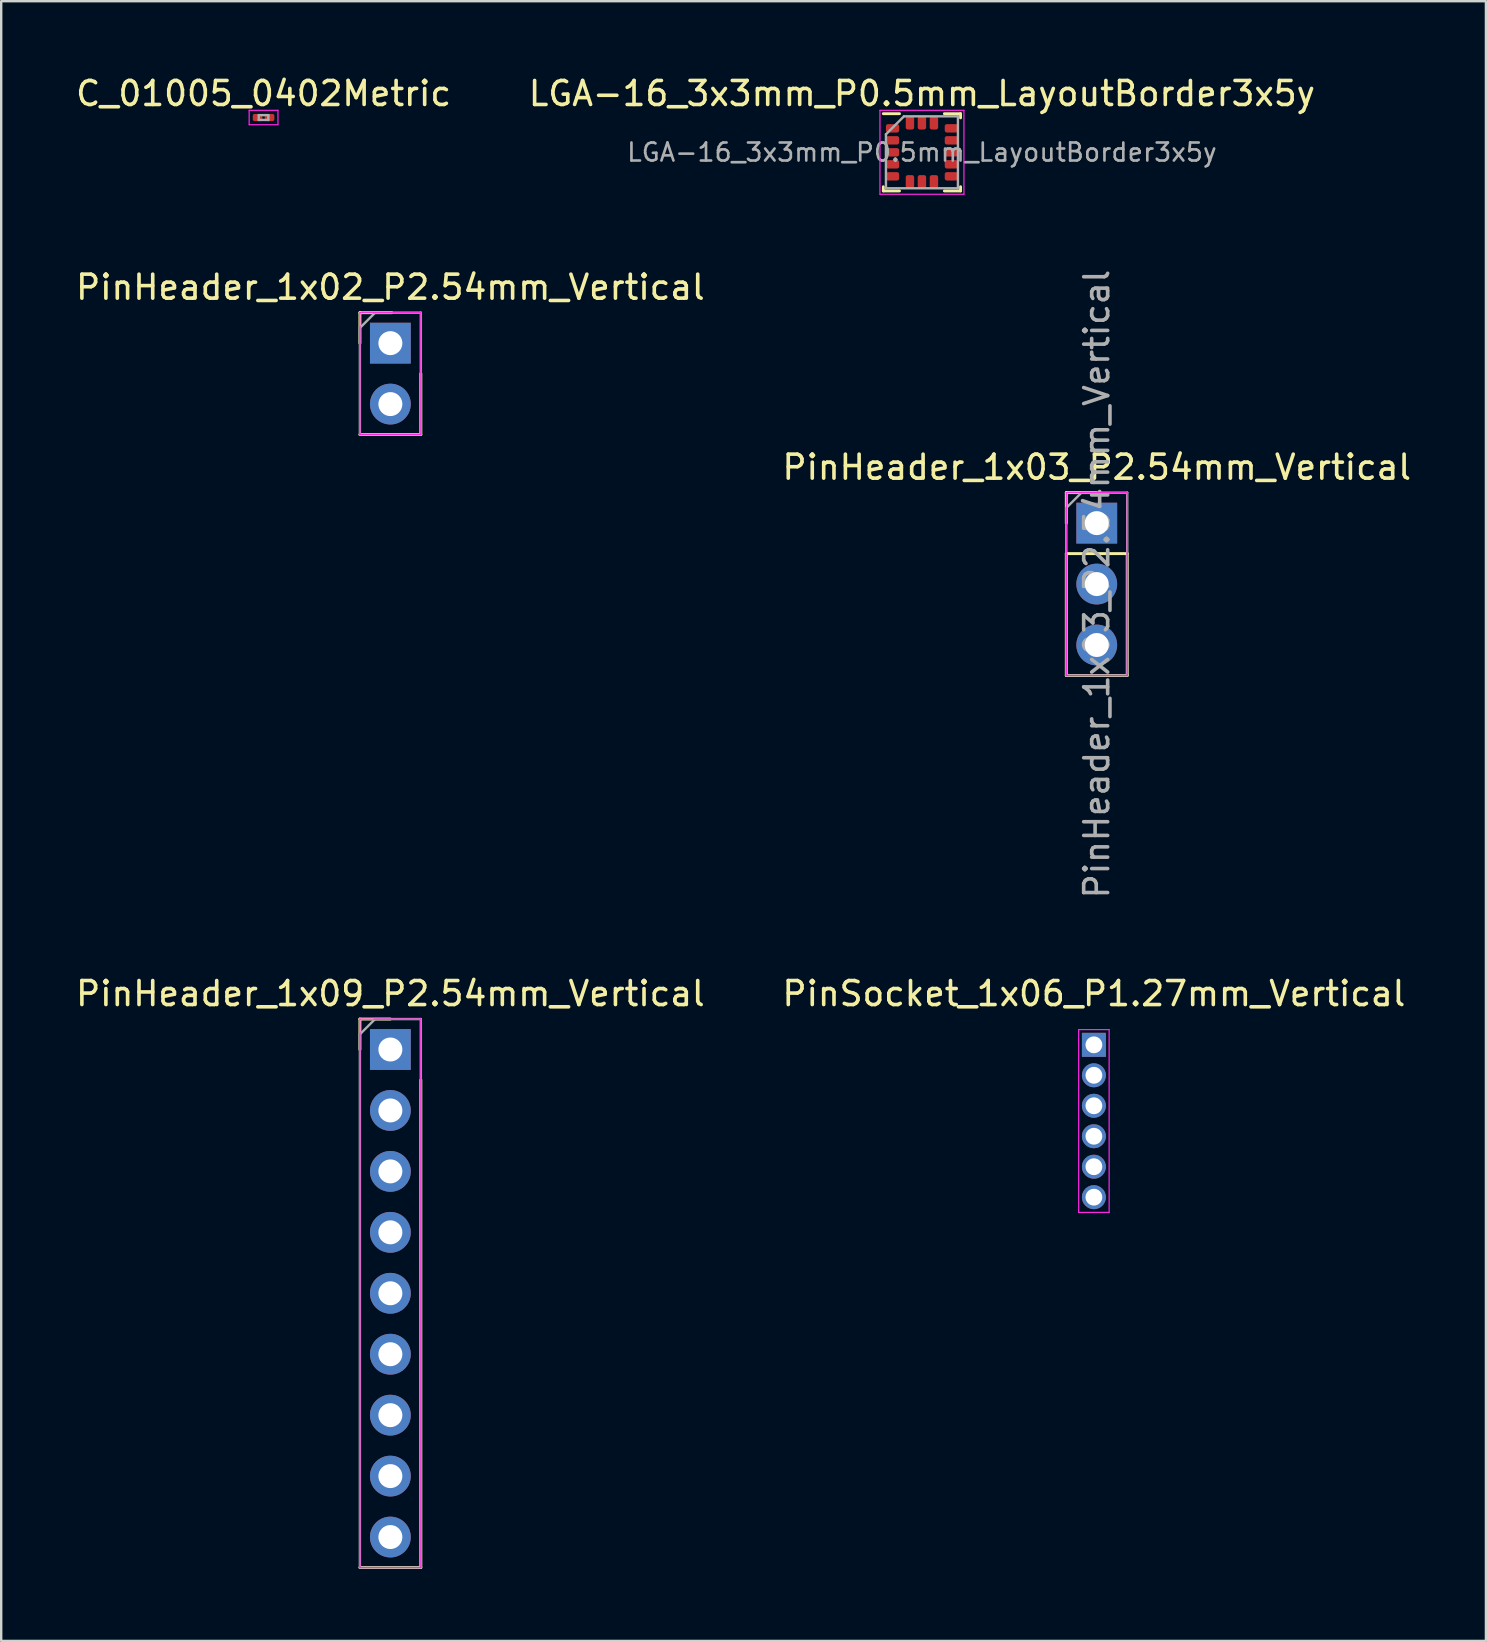
<source format=kicad_pcb>
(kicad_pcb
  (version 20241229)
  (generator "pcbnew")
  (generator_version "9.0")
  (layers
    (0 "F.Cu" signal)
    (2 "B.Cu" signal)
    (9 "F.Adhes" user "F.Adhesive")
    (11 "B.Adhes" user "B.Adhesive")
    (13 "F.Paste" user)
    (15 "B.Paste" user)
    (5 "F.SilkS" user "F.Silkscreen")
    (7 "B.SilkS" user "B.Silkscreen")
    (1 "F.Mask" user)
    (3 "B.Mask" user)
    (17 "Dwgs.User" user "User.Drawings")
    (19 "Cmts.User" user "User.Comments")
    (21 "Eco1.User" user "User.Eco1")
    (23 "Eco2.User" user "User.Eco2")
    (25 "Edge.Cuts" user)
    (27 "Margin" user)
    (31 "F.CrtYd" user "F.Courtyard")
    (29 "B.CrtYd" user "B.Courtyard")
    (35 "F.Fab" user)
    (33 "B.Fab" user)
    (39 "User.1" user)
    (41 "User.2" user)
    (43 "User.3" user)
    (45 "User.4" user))
  (footprint "PinHeader_1x03_P2.54mm_Vertical"
    (layer "F.Cu")
    (at 42.661 18.753)
    (property "Reference" "PinHeader_1x03_P2.54mm_Vertical" (at 0 -2.33 0) (layer "F.SilkS") (effects (font (size 1 1) (thickness 0.15))))
    (attr through_hole)
    (fp_line (start -1.27 -1.27) (end 0 -1.27) (stroke (width 0.12) (type solid)) (layer "F.SilkS"))
    (fp_line (start -1.27 0) (end -1.27 -1.27) (stroke (width 0.12) (type solid)) (layer "F.SilkS"))
    (fp_line (start -1.27 1.27) (end -1.27 6.35) (stroke (width 0.12) (type solid)) (layer "F.SilkS"))
    (fp_line (start -1.27 1.27) (end 1.27 1.27) (stroke (width 0.12) (type solid)) (layer "F.SilkS"))
    (fp_line (start -1.27 6.35) (end 1.27 6.35) (stroke (width 0.12) (type solid)) (layer "F.SilkS"))
    (fp_line (start 1.27 1.27) (end 1.27 6.35) (stroke (width 0.12) (type solid)) (layer "F.SilkS"))
    (fp_line (start -1.27 -1.27) (end -1.27 6.35) (stroke (width 0.05) (type solid)) (layer "F.CrtYd"))
    (fp_line (start -1.27 6.35) (end 1.27 6.35) (stroke (width 0.05) (type solid)) (layer "F.CrtYd"))
    (fp_line (start 1.27 -1.27) (end -1.27 -1.27) (stroke (width 0.05) (type solid)) (layer "F.CrtYd"))
    (fp_line (start 1.27 6.35) (end 1.27 -1.27) (stroke (width 0.05) (type solid)) (layer "F.CrtYd"))
    (fp_line (start -1.27 -0.635) (end -0.635 -1.27) (stroke (width 0.1) (type solid)) (layer "F.Fab"))
    (fp_line (start -1.27 6.35) (end -1.27 -0.635) (stroke (width 0.1) (type solid)) (layer "F.Fab"))
    (fp_line (start -0.635 -1.27) (end 1.27 -1.27) (stroke (width 0.1) (type solid)) (layer "F.Fab"))
    (fp_line (start 1.27 -1.27) (end 1.27 6.35) (stroke (width 0.1) (type solid)) (layer "F.Fab"))
    (fp_line (start 1.27 6.35) (end -1.27 6.35) (stroke (width 0.1) (type solid)) (layer "F.Fab"))
    (fp_text user "${REFERENCE}" (at 0 2.54 270) (layer "F.Fab") (effects (font (size 1 1) (thickness 0.15))))
    (pad "1" thru_hole rect (at 0 0) (size 1.7 1.7) (drill 1) (layers "*.Cu" "*.Mask"))
    (pad "2" thru_hole oval (at 0 2.54) (size 1.7 1.7) (drill 1) (layers "*.Cu" "*.Mask"))
    (pad "3" thru_hole oval (at 0 5.08) (size 1.7 1.7) (drill 1) (layers "*.Cu" "*.Mask")))
  (footprint "PinHeader_1x09_P2.54mm_Vertical"
    (layer "F.Cu")
    (at 13.22 40.692)
    (property "Reference" "PinHeader_1x09_P2.54mm_Vertical" (at 0 -2.33 180) (layer "F.SilkS") (effects (font (size 1 1) (thickness 0.15))))
    (attr through_hole)
    (fp_line (start -1.27 -1.27) (end 0 -1.27) (stroke (width 0.12) (type solid)) (layer "F.SilkS"))
    (fp_line (start -1.27 0) (end -1.27 -1.27) (stroke (width 0.12) (type solid)) (layer "F.SilkS"))
    (fp_line (start -1.27 21.59) (end 1.27 21.59) (stroke (width 0.12) (type solid)) (layer "F.SilkS"))
    (fp_line (start 1.27 1.27) (end 1.27 21.59) (stroke (width 0.12) (type solid)) (layer "F.SilkS"))
    (fp_line (start -1.27 -1.27) (end -1.27 21.59) (stroke (width 0.05) (type solid)) (layer "F.CrtYd"))
    (fp_line (start -1.27 21.59) (end 1.27 21.59) (stroke (width 0.05) (type solid)) (layer "F.CrtYd"))
    (fp_line (start 1.27 -1.27) (end -1.27 -1.27) (stroke (width 0.05) (type solid)) (layer "F.CrtYd"))
    (fp_line (start 1.27 21.59) (end 1.27 -1.27) (stroke (width 0.05) (type solid)) (layer "F.CrtYd"))
    (fp_line (start -1.27 -0.635) (end -0.635 -1.27) (stroke (width 0.1) (type solid)) (layer "F.Fab"))
    (fp_line (start -1.27 21.59) (end -1.27 -0.635) (stroke (width 0.1) (type solid)) (layer "F.Fab"))
    (fp_line (start -0.635 -1.27) (end 1.27 -1.27) (stroke (width 0.1) (type solid)) (layer "F.Fab"))
    (fp_line (start 1.27 -1.27) (end 1.27 21.59) (stroke (width 0.1) (type solid)) (layer "F.Fab"))
    (fp_line (start 1.27 21.59) (end -1.27 21.59) (stroke (width 0.1) (type solid)) (layer "F.Fab"))
    (pad "1" thru_hole rect (at 0 0) (size 1.7 1.7) (drill 1) (layers "*.Cu" "*.Mask"))
    (pad "2" thru_hole oval (at 0 2.54) (size 1.7 1.7) (drill 1) (layers "*.Cu" "*.Mask"))
    (pad "3" thru_hole oval (at 0 5.08) (size 1.7 1.7) (drill 1) (layers "*.Cu" "*.Mask"))
    (pad "4" thru_hole oval (at 0 7.62) (size 1.7 1.7) (drill 1) (layers "*.Cu" "*.Mask"))
    (pad "5" thru_hole oval (at 0 10.16) (size 1.7 1.7) (drill 1) (layers "*.Cu" "*.Mask"))
    (pad "6" thru_hole oval (at 0 12.7) (size 1.7 1.7) (drill 1) (layers "*.Cu" "*.Mask"))
    (pad "7" thru_hole oval (at 0 15.24) (size 1.7 1.7) (drill 1) (layers "*.Cu" "*.Mask"))
    (pad "8" thru_hole oval (at 0 17.78) (size 1.7 1.7) (drill 1) (layers "*.Cu" "*.Mask"))
    (pad "9" thru_hole oval (at 0 20.32) (size 1.7 1.7) (drill 1) (layers "*.Cu" "*.Mask")))
  (footprint "PinSocket_1x06_P1.27mm_Vertical"
    (layer "F.Cu")
    (at 42.542 40.497)
    (property "Reference" "PinSocket_1x06_P1.27mm_Vertical" (at 0 -2.135 0) (layer "F.SilkS") (effects (font (size 1 1) (thickness 0.15))))
    (attr through_hole)
    (fp_line (start -0.635 -0.635) (end 0.635 -0.635) (stroke (width 0.05) (type solid)) (layer "F.CrtYd"))
    (fp_line (start -0.635 6.985) (end -0.635 -0.635) (stroke (width 0.05) (type solid)) (layer "F.CrtYd"))
    (fp_line (start 0.635 -0.635) (end 0.635 6.985) (stroke (width 0.05) (type solid)) (layer "F.CrtYd"))
    (fp_line (start 0.635 6.985) (end -0.635 6.985) (stroke (width 0.05) (type solid)) (layer "F.CrtYd"))
    (pad "1" thru_hole rect (at 0 0) (size 1 1) (drill 0.7) (layers "*.Cu" "*.Mask"))
    (pad "2" thru_hole oval (at 0 1.27) (size 1 1) (drill 0.7) (layers "*.Cu" "*.Mask"))
    (pad "3" thru_hole oval (at 0 2.54) (size 1 1) (drill 0.7) (layers "*.Cu" "*.Mask"))
    (pad "4" thru_hole oval (at 0 3.81) (size 1 1) (drill 0.7) (layers "*.Cu" "*.Mask"))
    (pad "5" thru_hole oval (at 0 5.08) (size 1 1) (drill 0.7) (layers "*.Cu" "*.Mask"))
    (pad "6" thru_hole oval (at 0 6.35) (size 1 1) (drill 0.7) (layers "*.Cu" "*.Mask")))
  (footprint "C_01005_0402Metric"
    (layer "F.Cu")
    (at 7.935 1.848)
    (property "Reference" "C_01005_0402Metric" (at 0 -1 0) (layer "F.SilkS") (effects (font (size 1 1) (thickness 0.15))))
    (attr smd)
    (fp_line (start -0.6 -0.3) (end 0.6 -0.3) (stroke (width 0.05) (type solid)) (layer "F.CrtYd"))
    (fp_line (start -0.6 0.3) (end -0.6 -0.3) (stroke (width 0.05) (type solid)) (layer "F.CrtYd"))
    (fp_line (start 0.6 -0.3) (end 0.6 0.3) (stroke (width 0.05) (type solid)) (layer "F.CrtYd"))
    (fp_line (start 0.6 0.3) (end -0.6 0.3) (stroke (width 0.05) (type solid)) (layer "F.CrtYd"))
    (fp_line (start -0.2 -0.1) (end 0.2 -0.1) (stroke (width 0.1) (type solid)) (layer "F.Fab"))
    (fp_line (start -0.2 0.1) (end -0.2 -0.1) (stroke (width 0.1) (type solid)) (layer "F.Fab"))
    (fp_line (start 0.2 -0.1) (end 0.2 0.1) (stroke (width 0.1) (type solid)) (layer "F.Fab"))
    (fp_line (start 0.2 0.1) (end -0.2 0.1) (stroke (width 0.1) (type solid)) (layer "F.Fab"))
    (pad "" smd roundrect (at -0.275 0) (size 0.27 0.27) (layers "F.Paste") (roundrect_rratio 0.25))
    (pad "" smd roundrect (at 0.275 0) (size 0.27 0.27) (layers "F.Paste") (roundrect_rratio 0.25))
    (pad "1" smd roundrect (at -0.25 0) (size 0.4 0.3) (layers "F.Cu" "F.Mask") (roundrect_rratio 0.25))
    (pad "2" smd roundrect (at 0.25 0) (size 0.4 0.3) (layers "F.Cu" "F.Mask") (roundrect_rratio 0.25)))
  (footprint "LGA-16_3x3mm_P0.5mm_LayoutBorder3x5y"
    (layer "F.Cu")
    (at 35.375 3.298)
    (property "Reference" "LGA-16_3x3mm_P0.5mm_LayoutBorder3x5y" (at 0 -2.45 0) (layer "F.SilkS") (effects (font (size 1 1) (thickness 0.15))))
    (attr smd)
    (fp_line (start -1.61 1.61) (end -1.61 1.435) (stroke (width 0.12) (type solid)) (layer "F.SilkS"))
    (fp_line (start -0.935 -1.61) (end -1.61 -1.61) (stroke (width 0.12) (type solid)) (layer "F.SilkS"))
    (fp_line (start -0.935 1.61) (end -1.61 1.61) (stroke (width 0.12) (type solid)) (layer "F.SilkS"))
    (fp_line (start 0.935 -1.61) (end 1.61 -1.61) (stroke (width 0.12) (type solid)) (layer "F.SilkS"))
    (fp_line (start 0.935 1.61) (end 1.61 1.61) (stroke (width 0.12) (type solid)) (layer "F.SilkS"))
    (fp_line (start 1.61 -1.61) (end 1.61 -1.435) (stroke (width 0.12) (type solid)) (layer "F.SilkS"))
    (fp_line (start 1.61 1.61) (end 1.61 1.435) (stroke (width 0.12) (type solid)) (layer "F.SilkS"))
    (fp_line (start -1.75 -1.75) (end -1.75 1.75) (stroke (width 0.05) (type solid)) (layer "F.CrtYd"))
    (fp_line (start -1.75 1.75) (end 1.75 1.75) (stroke (width 0.05) (type solid)) (layer "F.CrtYd"))
    (fp_line (start 1.75 -1.75) (end -1.75 -1.75) (stroke (width 0.05) (type solid)) (layer "F.CrtYd"))
    (fp_line (start 1.75 1.75) (end 1.75 -1.75) (stroke (width 0.05) (type solid)) (layer "F.CrtYd"))
    (fp_line (start -1.5 -0.75) (end -0.75 -1.5) (stroke (width 0.1) (type solid)) (layer "F.Fab"))
    (fp_line (start -1.5 1.5) (end -1.5 -0.75) (stroke (width 0.1) (type solid)) (layer "F.Fab"))
    (fp_line (start -0.75 -1.5) (end 1.5 -1.5) (stroke (width 0.1) (type solid)) (layer "F.Fab"))
    (fp_line (start 1.5 -1.5) (end 1.5 1.5) (stroke (width 0.1) (type solid)) (layer "F.Fab"))
    (fp_line (start 1.5 1.5) (end -1.5 1.5) (stroke (width 0.1) (type solid)) (layer "F.Fab"))
    (fp_text user "${REFERENCE}" (at 0 0 0) (layer "F.Fab") (effects (font (size 0.75 0.75) (thickness 0.11))))
    (pad "1" smd roundrect (at -1.225 -1) (size 0.55 0.35) (layers "F.Cu" "F.Mask" "F.Paste") (roundrect_rratio 0.25))
    (pad "2" smd roundrect (at -1.225 -0.5) (size 0.55 0.35) (layers "F.Cu" "F.Mask" "F.Paste") (roundrect_rratio 0.25))
    (pad "3" smd roundrect (at -1.225 0) (size 0.55 0.35) (layers "F.Cu" "F.Mask" "F.Paste") (roundrect_rratio 0.25))
    (pad "4" smd roundrect (at -1.225 0.5) (size 0.55 0.35) (layers "F.Cu" "F.Mask" "F.Paste") (roundrect_rratio 0.25))
    (pad "5" smd roundrect (at -1.225 1) (size 0.55 0.35) (layers "F.Cu" "F.Mask" "F.Paste") (roundrect_rratio 0.25))
    (pad "6" smd roundrect (at -0.5 1.225) (size 0.35 0.55) (layers "F.Cu" "F.Mask" "F.Paste") (roundrect_rratio 0.25))
    (pad "7" smd roundrect (at 0 1.225) (size 0.35 0.55) (layers "F.Cu" "F.Mask" "F.Paste") (roundrect_rratio 0.25))
    (pad "8" smd roundrect (at 0.5 1.225) (size 0.35 0.55) (layers "F.Cu" "F.Mask" "F.Paste") (roundrect_rratio 0.25))
    (pad "9" smd roundrect (at 1.225 1) (size 0.55 0.35) (layers "F.Cu" "F.Mask" "F.Paste") (roundrect_rratio 0.25))
    (pad "10" smd roundrect (at 1.225 0.5) (size 0.55 0.35) (layers "F.Cu" "F.Mask" "F.Paste") (roundrect_rratio 0.25))
    (pad "11" smd roundrect (at 1.225 0) (size 0.55 0.35) (layers "F.Cu" "F.Mask" "F.Paste") (roundrect_rratio 0.25))
    (pad "12" smd roundrect (at 1.225 -0.5) (size 0.55 0.35) (layers "F.Cu" "F.Mask" "F.Paste") (roundrect_rratio 0.25))
    (pad "13" smd roundrect (at 1.225 -1) (size 0.55 0.35) (layers "F.Cu" "F.Mask" "F.Paste") (roundrect_rratio 0.25))
    (pad "14" smd roundrect (at 0.5 -1.225) (size 0.35 0.55) (layers "F.Cu" "F.Mask" "F.Paste") (roundrect_rratio 0.25))
    (pad "15" smd roundrect (at 0 -1.225) (size 0.35 0.55) (layers "F.Cu" "F.Mask" "F.Paste") (roundrect_rratio 0.25))
    (pad "16" smd roundrect (at -0.5 -1.225) (size 0.35 0.55) (layers "F.Cu" "F.Mask" "F.Paste") (roundrect_rratio 0.25)))
  (footprint "PinHeader_1x02_P2.54mm_Vertical"
    (layer "F.Cu")
    (at 13.22 11.252)
    (property "Reference" "PinHeader_1x02_P2.54mm_Vertical" (at 0 -2.33 180) (layer "F.SilkS") (effects (font (size 1 1) (thickness 0.15))))
    (attr through_hole)
    (fp_line (start -1.27 -1.27) (end 0.06 -1.27) (stroke (width 0.12) (type solid)) (layer "F.SilkS"))
    (fp_line (start -1.27 0) (end -1.27 -1.27) (stroke (width 0.12) (type solid)) (layer "F.SilkS"))
    (fp_line (start -1.27 3.81) (end 1.27 3.81) (stroke (width 0.12) (type solid)) (layer "F.SilkS"))
    (fp_line (start 1.27 1.27) (end 1.27 3.81) (stroke (width 0.12) (type solid)) (layer "F.SilkS"))
    (fp_line (start -1.27 -1.27) (end -1.27 3.81) (stroke (width 0.05) (type solid)) (layer "F.CrtYd"))
    (fp_line (start -1.27 3.81) (end 1.27 3.81) (stroke (width 0.05) (type solid)) (layer "F.CrtYd"))
    (fp_line (start 1.27 -1.27) (end -1.27 -1.27) (stroke (width 0.05) (type solid)) (layer "F.CrtYd"))
    (fp_line (start 1.27 3.81) (end 1.27 -1.27) (stroke (width 0.05) (type solid)) (layer "F.CrtYd"))
    (fp_line (start -1.27 -0.635) (end -0.635 -1.27) (stroke (width 0.1) (type solid)) (layer "F.Fab"))
    (fp_line (start -1.27 3.81) (end -1.27 -0.635) (stroke (width 0.1) (type solid)) (layer "F.Fab"))
    (fp_line (start -0.635 -1.27) (end 1.27 -1.27) (stroke (width 0.1) (type solid)) (layer "F.Fab"))
    (fp_line (start 1.27 -1.27) (end 1.27 3.81) (stroke (width 0.1) (type solid)) (layer "F.Fab"))
    (fp_line (start 1.27 3.81) (end -1.27 3.81) (stroke (width 0.1) (type solid)) (layer "F.Fab"))
    (pad "1" thru_hole rect (at 0 0) (size 1.7 1.7) (drill 1) (layers "*.Cu" "*.Mask"))
    (pad "2" thru_hole oval (at 0 2.54) (size 1.7 1.7) (drill 1) (layers "*.Cu" "*.Mask")))
  (gr_rect
    (start -3 -3)
    (end 58.881 65.342)
    (stroke (width 0.1) (type default))
    (fill no)
    (layer "Edge.Cuts")))
</source>
